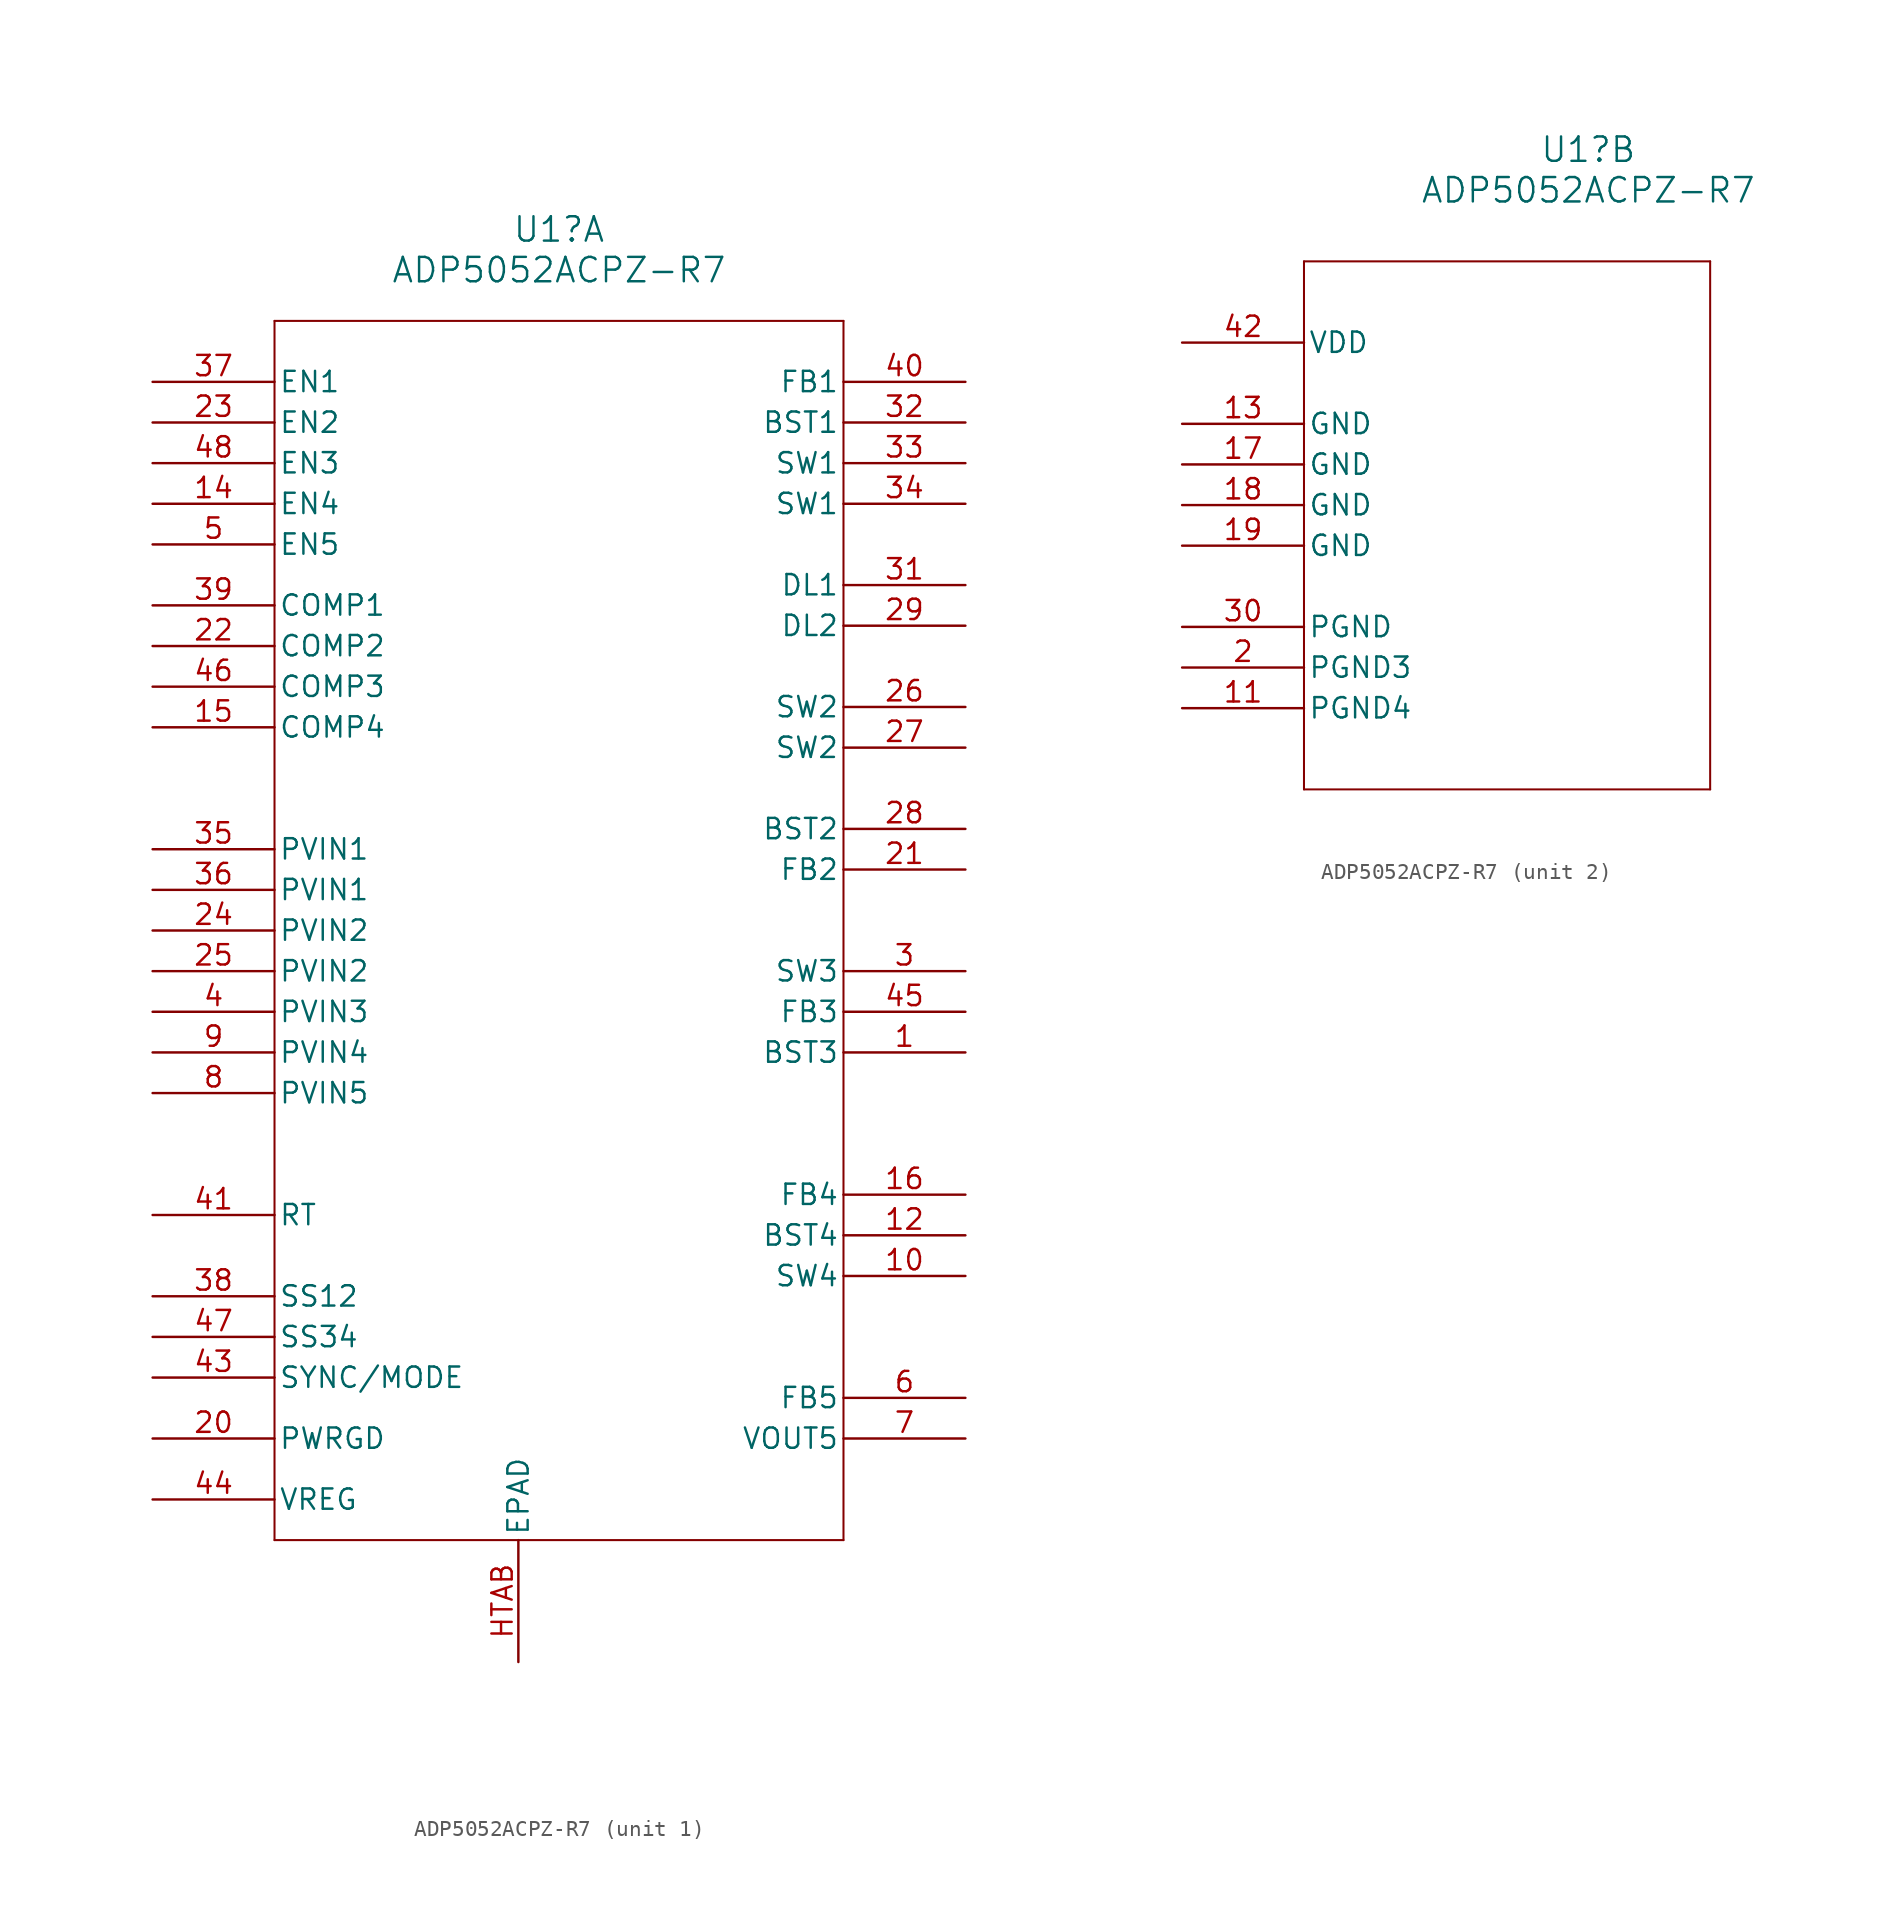
<source format=kicad_sym>
(kicad_symbol_lib
  (version 20220914)
  (generator kicad_symbol_editor)
  (symbol "ADP5052ACPZ-R7"
    (pin_names
      (offset 0.254))
    (property "Reference" "U1"
      (at 25.4 12.065 0)
      (effects (font (size 1.524 1.524))))
    (property "Value" "ADP5052ACPZ-R7"
      (at 25.4 9.525 0)
      (effects (font (size 1.524 1.524))))
    (property "ki_locked" ""
      (at 0 0 0)
      (effects (font (size 1.27 1.27))))
    (symbol "ADP5052ACPZ-R7_1_1"
      (polyline (pts (xy 7.62 -69.85) (xy 43.18 -69.85)) (stroke (width 0.127) (type default)) (fill (type none)))
      (polyline (pts (xy 7.62 6.35) (xy 7.62 -69.85)) (stroke (width 0.127) (type default)) (fill (type none)))
      (polyline (pts (xy 43.18 -69.85) (xy 43.18 6.35)) (stroke (width 0.127) (type default)) (fill (type none)))
      (polyline (pts (xy 43.18 6.35) (xy 7.62 6.35)) (stroke (width 0.127) (type default)) (fill (type none)))
      (pin unspecified line (at 50.8 -39.37 180) (length 7.62) (name "BST3" (effects (font (size 1.27 1.27)))) (number "1" (effects (font (size 1.27 1.27)))))
      (pin output line (at 50.8 -53.34 180) (length 7.62) (name "SW4" (effects (font (size 1.27 1.27)))) (number "10" (effects (font (size 1.27 1.27)))))
      (pin unspecified line (at 50.8 -50.8 180) (length 7.62) (name "BST4" (effects (font (size 1.27 1.27)))) (number "12" (effects (font (size 1.27 1.27)))))
      (pin input line (at 0 -5.08 0) (length 7.62) (name "EN4" (effects (font (size 1.27 1.27)))) (number "14" (effects (font (size 1.27 1.27)))))
      (pin output line (at 0 -19.05 0) (length 7.62) (name "COMP4" (effects (font (size 1.27 1.27)))) (number "15" (effects (font (size 1.27 1.27)))))
      (pin input line (at 50.8 -48.26 180) (length 7.62) (name "FB4" (effects (font (size 1.27 1.27)))) (number "16" (effects (font (size 1.27 1.27)))))
      (pin output line (at 0 -63.5 0) (length 7.62) (name "PWRGD" (effects (font (size 1.27 1.27)))) (number "20" (effects (font (size 1.27 1.27)))))
      (pin input line (at 50.8 -27.94 180) (length 7.62) (name "FB2" (effects (font (size 1.27 1.27)))) (number "21" (effects (font (size 1.27 1.27)))))
      (pin output line (at 0 -13.97 0) (length 7.62) (name "COMP2" (effects (font (size 1.27 1.27)))) (number "22" (effects (font (size 1.27 1.27)))))
      (pin input line (at 0 0 0) (length 7.62) (name "EN2" (effects (font (size 1.27 1.27)))) (number "23" (effects (font (size 1.27 1.27)))))
      (pin input line (at 0 -31.75 0) (length 7.62) (name "PVIN2" (effects (font (size 1.27 1.27)))) (number "24" (effects (font (size 1.27 1.27)))))
      (pin input line (at 0 -34.29 0) (length 7.62) (name "PVIN2" (effects (font (size 1.27 1.27)))) (number "25" (effects (font (size 1.27 1.27)))))
      (pin output line (at 50.8 -17.78 180) (length 7.62) (name "SW2" (effects (font (size 1.27 1.27)))) (number "26" (effects (font (size 1.27 1.27)))))
      (pin output line (at 50.8 -20.32 180) (length 7.62) (name "SW2" (effects (font (size 1.27 1.27)))) (number "27" (effects (font (size 1.27 1.27)))))
      (pin unspecified line (at 50.8 -25.4 180) (length 7.62) (name "BST2" (effects (font (size 1.27 1.27)))) (number "28" (effects (font (size 1.27 1.27)))))
      (pin unspecified line (at 50.8 -12.7 180) (length 7.62) (name "DL2" (effects (font (size 1.27 1.27)))) (number "29" (effects (font (size 1.27 1.27)))))
      (pin output line (at 50.8 -34.29 180) (length 7.62) (name "SW3" (effects (font (size 1.27 1.27)))) (number "3" (effects (font (size 1.27 1.27)))))
      (pin unspecified line (at 50.8 -10.16 180) (length 7.62) (name "DL1" (effects (font (size 1.27 1.27)))) (number "31" (effects (font (size 1.27 1.27)))))
      (pin unspecified line (at 50.8 0 180) (length 7.62) (name "BST1" (effects (font (size 1.27 1.27)))) (number "32" (effects (font (size 1.27 1.27)))))
      (pin output line (at 50.8 -2.54 180) (length 7.62) (name "SW1" (effects (font (size 1.27 1.27)))) (number "33" (effects (font (size 1.27 1.27)))))
      (pin output line (at 50.8 -5.08 180) (length 7.62) (name "SW1" (effects (font (size 1.27 1.27)))) (number "34" (effects (font (size 1.27 1.27)))))
      (pin input line (at 0 -26.67 0) (length 7.62) (name "PVIN1" (effects (font (size 1.27 1.27)))) (number "35" (effects (font (size 1.27 1.27)))))
      (pin input line (at 0 -29.21 0) (length 7.62) (name "PVIN1" (effects (font (size 1.27 1.27)))) (number "36" (effects (font (size 1.27 1.27)))))
      (pin input line (at 0 2.54 0) (length 7.62) (name "EN1" (effects (font (size 1.27 1.27)))) (number "37" (effects (font (size 1.27 1.27)))))
      (pin unspecified line (at 0 -54.61 0) (length 7.62) (name "SS12" (effects (font (size 1.27 1.27)))) (number "38" (effects (font (size 1.27 1.27)))))
      (pin output line (at 0 -11.43 0) (length 7.62) (name "COMP1" (effects (font (size 1.27 1.27)))) (number "39" (effects (font (size 1.27 1.27)))))
      (pin input line (at 0 -36.83 0) (length 7.62) (name "PVIN3" (effects (font (size 1.27 1.27)))) (number "4" (effects (font (size 1.27 1.27)))))
      (pin input line (at 50.8 2.54 180) (length 7.62) (name "FB1" (effects (font (size 1.27 1.27)))) (number "40" (effects (font (size 1.27 1.27)))))
      (pin unspecified line (at 0 -49.53 0) (length 7.62) (name "RT" (effects (font (size 1.27 1.27)))) (number "41" (effects (font (size 1.27 1.27)))))
      (pin bidirectional line (at 0 -59.69 0) (length 7.62) (name "SYNC/MODE" (effects (font (size 1.27 1.27)))) (number "43" (effects (font (size 1.27 1.27)))))
      (pin output line (at 0 -67.31 0) (length 7.62) (name "VREG" (effects (font (size 1.27 1.27)))) (number "44" (effects (font (size 1.27 1.27)))))
      (pin input line (at 50.8 -36.83 180) (length 7.62) (name "FB3" (effects (font (size 1.27 1.27)))) (number "45" (effects (font (size 1.27 1.27)))))
      (pin output line (at 0 -16.51 0) (length 7.62) (name "COMP3" (effects (font (size 1.27 1.27)))) (number "46" (effects (font (size 1.27 1.27)))))
      (pin unspecified line (at 0 -57.15 0) (length 7.62) (name "SS34" (effects (font (size 1.27 1.27)))) (number "47" (effects (font (size 1.27 1.27)))))
      (pin input line (at 0 -2.54 0) (length 7.62) (name "EN3" (effects (font (size 1.27 1.27)))) (number "48" (effects (font (size 1.27 1.27)))))
      (pin input line (at 0 -7.62 0) (length 7.62) (name "EN5" (effects (font (size 1.27 1.27)))) (number "5" (effects (font (size 1.27 1.27)))))
      (pin input line (at 50.8 -60.96 180) (length 7.62) (name "FB5" (effects (font (size 1.27 1.27)))) (number "6" (effects (font (size 1.27 1.27)))))
      (pin output line (at 50.8 -63.5 180) (length 7.62) (name "VOUT5" (effects (font (size 1.27 1.27)))) (number "7" (effects (font (size 1.27 1.27)))))
      (pin input line (at 0 -41.91 0) (length 7.62) (name "PVIN5" (effects (font (size 1.27 1.27)))) (number "8" (effects (font (size 1.27 1.27)))))
      (pin input line (at 0 -39.37 0) (length 7.62) (name "PVIN4" (effects (font (size 1.27 1.27)))) (number "9" (effects (font (size 1.27 1.27)))))
      (pin unspecified line (at 22.86 -77.47 90) (length 7.62) (name "EPAD" (effects (font (size 1.27 1.27)))) (number "HTAB" (effects (font (size 1.27 1.27))))))
    (symbol "ADP5052ACPZ-R7_2_1"
      (polyline (pts (xy 7.62 -27.94) (xy 33.02 -27.94)) (stroke (width 0.127) (type default)) (fill (type none)))
      (polyline (pts (xy 7.62 5.08) (xy 7.62 -27.94)) (stroke (width 0.127) (type default)) (fill (type none)))
      (polyline (pts (xy 33.02 -27.94) (xy 33.02 5.08)) (stroke (width 0.127) (type default)) (fill (type none)))
      (polyline (pts (xy 33.02 5.08) (xy 7.62 5.08)) (stroke (width 0.127) (type default)) (fill (type none)))
      (pin power_in line (at 0 -22.86 0) (length 7.62) (name "PGND4" (effects (font (size 1.27 1.27)))) (number "11" (effects (font (size 1.27 1.27)))))
      (pin power_in line (at 0 -5.08 0) (length 7.62) (name "GND" (effects (font (size 1.27 1.27)))) (number "13" (effects (font (size 1.27 1.27)))))
      (pin power_in line (at 0 -7.62 0) (length 7.62) (name "GND" (effects (font (size 1.27 1.27)))) (number "17" (effects (font (size 1.27 1.27)))))
      (pin power_in line (at 0 -10.16 0) (length 7.62) (name "GND" (effects (font (size 1.27 1.27)))) (number "18" (effects (font (size 1.27 1.27)))))
      (pin power_in line (at 0 -12.7 0) (length 7.62) (name "GND" (effects (font (size 1.27 1.27)))) (number "19" (effects (font (size 1.27 1.27)))))
      (pin power_in line (at 0 -20.32 0) (length 7.62) (name "PGND3" (effects (font (size 1.27 1.27)))) (number "2" (effects (font (size 1.27 1.27)))))
      (pin power_in line (at 0 -17.78 0) (length 7.62) (name "PGND" (effects (font (size 1.27 1.27)))) (number "30" (effects (font (size 1.27 1.27)))))
      (pin power_in line (at 0 0 0) (length 7.62) (name "VDD" (effects (font (size 1.27 1.27)))) (number "42" (effects (font (size 1.27 1.27))))))))
</source>
